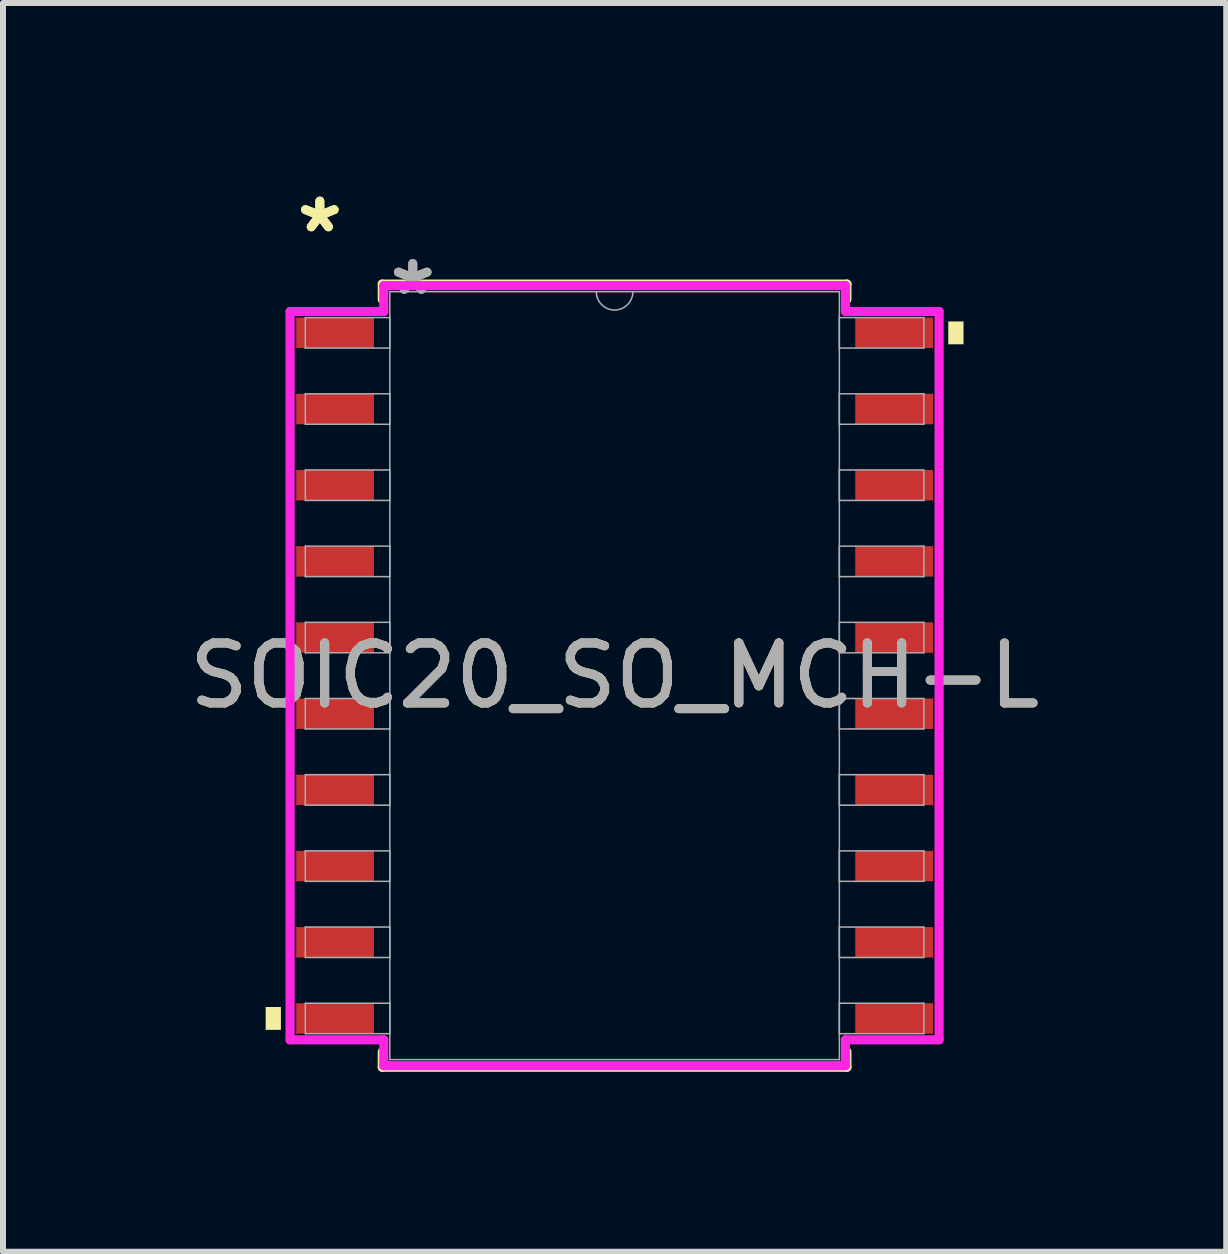
<source format=kicad_pcb>
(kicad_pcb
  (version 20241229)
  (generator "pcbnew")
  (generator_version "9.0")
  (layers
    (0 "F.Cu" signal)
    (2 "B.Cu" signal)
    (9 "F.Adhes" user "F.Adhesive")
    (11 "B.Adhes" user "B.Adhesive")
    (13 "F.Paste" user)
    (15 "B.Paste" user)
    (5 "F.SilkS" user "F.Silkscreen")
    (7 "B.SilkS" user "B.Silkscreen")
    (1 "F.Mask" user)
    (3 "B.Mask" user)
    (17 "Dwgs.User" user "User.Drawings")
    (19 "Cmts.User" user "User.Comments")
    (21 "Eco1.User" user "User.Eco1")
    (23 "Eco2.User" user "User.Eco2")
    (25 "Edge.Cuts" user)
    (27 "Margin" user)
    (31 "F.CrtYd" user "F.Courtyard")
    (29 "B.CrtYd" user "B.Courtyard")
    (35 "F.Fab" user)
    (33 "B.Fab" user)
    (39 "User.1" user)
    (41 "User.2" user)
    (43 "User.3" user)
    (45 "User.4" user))
  (footprint "SOIC20_SO_MCH-L"
    (layer "F.Cu")
    (at 7.196 8.214)
    (property "Reference" "SOIC20_SO_MCH-L" (at 0 0 0) (unlocked yes) (layer "F.SilkS") (effects (font (size 1 1) (thickness 0.15))))
    (attr smd)
    (fp_line (start -3.873 -6.528) (end -3.873 -6.271) (stroke (width 0.152) (type solid)) (layer "F.SilkS"))
    (fp_line (start -3.873 6.271) (end -3.873 6.528) (stroke (width 0.152) (type solid)) (layer "F.SilkS"))
    (fp_line (start -3.873 6.528) (end 3.873 6.528) (stroke (width 0.152) (type solid)) (layer "F.SilkS"))
    (fp_line (start 3.873 -6.528) (end -3.873 -6.528) (stroke (width 0.152) (type solid)) (layer "F.SilkS"))
    (fp_line (start 3.873 -6.271) (end 3.873 -6.528) (stroke (width 0.152) (type solid)) (layer "F.SilkS"))
    (fp_line (start 3.873 6.528) (end 3.873 6.271) (stroke (width 0.152) (type solid)) (layer "F.SilkS"))
    (fp_poly (pts (xy -5.817 5.524) (xy -5.817 5.905) (xy -5.563 5.905) (xy -5.563 5.524)) (stroke (width 0) (type solid)) (fill yes) (layer "F.SilkS"))
    (fp_poly (pts (xy 5.817 -5.905) (xy 5.817 -5.524) (xy 5.563 -5.524) (xy 5.563 -5.905)) (stroke (width 0) (type solid)) (fill yes) (layer "F.SilkS"))
    (fp_line (start -5.41 -6.071) (end -3.848 -6.071) (stroke (width 0.152) (type solid)) (layer "F.CrtYd"))
    (fp_line (start -5.41 6.071) (end -5.41 -6.071) (stroke (width 0.152) (type solid)) (layer "F.CrtYd"))
    (fp_line (start -5.41 6.071) (end -3.848 6.071) (stroke (width 0.152) (type solid)) (layer "F.CrtYd"))
    (fp_line (start -3.848 -6.502) (end 3.848 -6.502) (stroke (width 0.152) (type solid)) (layer "F.CrtYd"))
    (fp_line (start -3.848 -6.071) (end -3.848 -6.502) (stroke (width 0.152) (type solid)) (layer "F.CrtYd"))
    (fp_line (start -3.848 6.502) (end -3.848 6.071) (stroke (width 0.152) (type solid)) (layer "F.CrtYd"))
    (fp_line (start 3.848 -6.502) (end 3.848 -6.071) (stroke (width 0.152) (type solid)) (layer "F.CrtYd"))
    (fp_line (start 3.848 6.071) (end 3.848 6.502) (stroke (width 0.152) (type solid)) (layer "F.CrtYd"))
    (fp_line (start 3.848 6.502) (end -3.848 6.502) (stroke (width 0.152) (type solid)) (layer "F.CrtYd"))
    (fp_line (start 5.41 -6.071) (end 3.848 -6.071) (stroke (width 0.152) (type solid)) (layer "F.CrtYd"))
    (fp_line (start 5.41 -6.071) (end 5.41 6.071) (stroke (width 0.152) (type solid)) (layer "F.CrtYd"))
    (fp_line (start 5.41 6.071) (end 3.848 6.071) (stroke (width 0.152) (type solid)) (layer "F.CrtYd"))
    (fp_line (start -5.156 -5.969) (end -5.156 -5.461) (stroke (width 0.025) (type solid)) (layer "F.Fab"))
    (fp_line (start -5.156 -5.461) (end -3.747 -5.461) (stroke (width 0.025) (type solid)) (layer "F.Fab"))
    (fp_line (start -5.156 -4.699) (end -5.156 -4.191) (stroke (width 0.025) (type solid)) (layer "F.Fab"))
    (fp_line (start -5.156 -4.191) (end -3.747 -4.191) (stroke (width 0.025) (type solid)) (layer "F.Fab"))
    (fp_line (start -5.156 -3.429) (end -5.156 -2.921) (stroke (width 0.025) (type solid)) (layer "F.Fab"))
    (fp_line (start -5.156 -2.921) (end -3.747 -2.921) (stroke (width 0.025) (type solid)) (layer "F.Fab"))
    (fp_line (start -5.156 -2.159) (end -5.156 -1.651) (stroke (width 0.025) (type solid)) (layer "F.Fab"))
    (fp_line (start -5.156 -1.651) (end -3.747 -1.651) (stroke (width 0.025) (type solid)) (layer "F.Fab"))
    (fp_line (start -5.156 -0.889) (end -5.156 -0.381) (stroke (width 0.025) (type solid)) (layer "F.Fab"))
    (fp_line (start -5.156 -0.381) (end -3.747 -0.381) (stroke (width 0.025) (type solid)) (layer "F.Fab"))
    (fp_line (start -5.156 0.381) (end -5.156 0.889) (stroke (width 0.025) (type solid)) (layer "F.Fab"))
    (fp_line (start -5.156 0.889) (end -3.747 0.889) (stroke (width 0.025) (type solid)) (layer "F.Fab"))
    (fp_line (start -5.156 1.651) (end -5.156 2.159) (stroke (width 0.025) (type solid)) (layer "F.Fab"))
    (fp_line (start -5.156 2.159) (end -3.747 2.159) (stroke (width 0.025) (type solid)) (layer "F.Fab"))
    (fp_line (start -5.156 2.921) (end -5.156 3.429) (stroke (width 0.025) (type solid)) (layer "F.Fab"))
    (fp_line (start -5.156 3.429) (end -3.747 3.429) (stroke (width 0.025) (type solid)) (layer "F.Fab"))
    (fp_line (start -5.156 4.191) (end -5.156 4.699) (stroke (width 0.025) (type solid)) (layer "F.Fab"))
    (fp_line (start -5.156 4.699) (end -3.747 4.699) (stroke (width 0.025) (type solid)) (layer "F.Fab"))
    (fp_line (start -5.156 5.461) (end -5.156 5.969) (stroke (width 0.025) (type solid)) (layer "F.Fab"))
    (fp_line (start -5.156 5.969) (end -3.747 5.969) (stroke (width 0.025) (type solid)) (layer "F.Fab"))
    (fp_line (start -3.747 -6.401) (end -3.747 6.401) (stroke (width 0.025) (type solid)) (layer "F.Fab"))
    (fp_line (start -3.747 -5.969) (end -5.156 -5.969) (stroke (width 0.025) (type solid)) (layer "F.Fab"))
    (fp_line (start -3.747 -5.461) (end -3.747 -5.969) (stroke (width 0.025) (type solid)) (layer "F.Fab"))
    (fp_line (start -3.747 -4.699) (end -5.156 -4.699) (stroke (width 0.025) (type solid)) (layer "F.Fab"))
    (fp_line (start -3.747 -4.191) (end -3.747 -4.699) (stroke (width 0.025) (type solid)) (layer "F.Fab"))
    (fp_line (start -3.747 -3.429) (end -5.156 -3.429) (stroke (width 0.025) (type solid)) (layer "F.Fab"))
    (fp_line (start -3.747 -2.921) (end -3.747 -3.429) (stroke (width 0.025) (type solid)) (layer "F.Fab"))
    (fp_line (start -3.747 -2.159) (end -5.156 -2.159) (stroke (width 0.025) (type solid)) (layer "F.Fab"))
    (fp_line (start -3.747 -1.651) (end -3.747 -2.159) (stroke (width 0.025) (type solid)) (layer "F.Fab"))
    (fp_line (start -3.747 -0.889) (end -5.156 -0.889) (stroke (width 0.025) (type solid)) (layer "F.Fab"))
    (fp_line (start -3.747 -0.381) (end -3.747 -0.889) (stroke (width 0.025) (type solid)) (layer "F.Fab"))
    (fp_line (start -3.747 0.381) (end -5.156 0.381) (stroke (width 0.025) (type solid)) (layer "F.Fab"))
    (fp_line (start -3.747 0.889) (end -3.747 0.381) (stroke (width 0.025) (type solid)) (layer "F.Fab"))
    (fp_line (start -3.747 1.651) (end -5.156 1.651) (stroke (width 0.025) (type solid)) (layer "F.Fab"))
    (fp_line (start -3.747 2.159) (end -3.747 1.651) (stroke (width 0.025) (type solid)) (layer "F.Fab"))
    (fp_line (start -3.747 2.921) (end -5.156 2.921) (stroke (width 0.025) (type solid)) (layer "F.Fab"))
    (fp_line (start -3.747 3.429) (end -3.747 2.921) (stroke (width 0.025) (type solid)) (layer "F.Fab"))
    (fp_line (start -3.747 4.191) (end -5.156 4.191) (stroke (width 0.025) (type solid)) (layer "F.Fab"))
    (fp_line (start -3.747 4.699) (end -3.747 4.191) (stroke (width 0.025) (type solid)) (layer "F.Fab"))
    (fp_line (start -3.747 5.461) (end -5.156 5.461) (stroke (width 0.025) (type solid)) (layer "F.Fab"))
    (fp_line (start -3.747 5.969) (end -3.747 5.461) (stroke (width 0.025) (type solid)) (layer "F.Fab"))
    (fp_line (start -3.747 6.401) (end 3.747 6.401) (stroke (width 0.025) (type solid)) (layer "F.Fab"))
    (fp_line (start 3.747 -6.401) (end -3.747 -6.401) (stroke (width 0.025) (type solid)) (layer "F.Fab"))
    (fp_line (start 3.747 -5.969) (end 3.747 -5.461) (stroke (width 0.025) (type solid)) (layer "F.Fab"))
    (fp_line (start 3.747 -5.461) (end 5.156 -5.461) (stroke (width 0.025) (type solid)) (layer "F.Fab"))
    (fp_line (start 3.747 -4.699) (end 3.747 -4.191) (stroke (width 0.025) (type solid)) (layer "F.Fab"))
    (fp_line (start 3.747 -4.191) (end 5.156 -4.191) (stroke (width 0.025) (type solid)) (layer "F.Fab"))
    (fp_line (start 3.747 -3.429) (end 3.747 -2.921) (stroke (width 0.025) (type solid)) (layer "F.Fab"))
    (fp_line (start 3.747 -2.921) (end 5.156 -2.921) (stroke (width 0.025) (type solid)) (layer "F.Fab"))
    (fp_line (start 3.747 -2.159) (end 3.747 -1.651) (stroke (width 0.025) (type solid)) (layer "F.Fab"))
    (fp_line (start 3.747 -1.651) (end 5.156 -1.651) (stroke (width 0.025) (type solid)) (layer "F.Fab"))
    (fp_line (start 3.747 -0.889) (end 3.747 -0.381) (stroke (width 0.025) (type solid)) (layer "F.Fab"))
    (fp_line (start 3.747 -0.381) (end 5.156 -0.381) (stroke (width 0.025) (type solid)) (layer "F.Fab"))
    (fp_line (start 3.747 0.381) (end 3.747 0.889) (stroke (width 0.025) (type solid)) (layer "F.Fab"))
    (fp_line (start 3.747 0.889) (end 5.156 0.889) (stroke (width 0.025) (type solid)) (layer "F.Fab"))
    (fp_line (start 3.747 1.651) (end 3.747 2.159) (stroke (width 0.025) (type solid)) (layer "F.Fab"))
    (fp_line (start 3.747 2.159) (end 5.156 2.159) (stroke (width 0.025) (type solid)) (layer "F.Fab"))
    (fp_line (start 3.747 2.921) (end 3.747 3.429) (stroke (width 0.025) (type solid)) (layer "F.Fab"))
    (fp_line (start 3.747 3.429) (end 5.156 3.429) (stroke (width 0.025) (type solid)) (layer "F.Fab"))
    (fp_line (start 3.747 4.191) (end 3.747 4.699) (stroke (width 0.025) (type solid)) (layer "F.Fab"))
    (fp_line (start 3.747 4.699) (end 5.156 4.699) (stroke (width 0.025) (type solid)) (layer "F.Fab"))
    (fp_line (start 3.747 5.461) (end 3.747 5.969) (stroke (width 0.025) (type solid)) (layer "F.Fab"))
    (fp_line (start 3.747 5.969) (end 5.156 5.969) (stroke (width 0.025) (type solid)) (layer "F.Fab"))
    (fp_line (start 3.747 6.401) (end 3.747 -6.401) (stroke (width 0.025) (type solid)) (layer "F.Fab"))
    (fp_line (start 5.156 -5.969) (end 3.747 -5.969) (stroke (width 0.025) (type solid)) (layer "F.Fab"))
    (fp_line (start 5.156 -5.461) (end 5.156 -5.969) (stroke (width 0.025) (type solid)) (layer "F.Fab"))
    (fp_line (start 5.156 -4.699) (end 3.747 -4.699) (stroke (width 0.025) (type solid)) (layer "F.Fab"))
    (fp_line (start 5.156 -4.191) (end 5.156 -4.699) (stroke (width 0.025) (type solid)) (layer "F.Fab"))
    (fp_line (start 5.156 -3.429) (end 3.747 -3.429) (stroke (width 0.025) (type solid)) (layer "F.Fab"))
    (fp_line (start 5.156 -2.921) (end 5.156 -3.429) (stroke (width 0.025) (type solid)) (layer "F.Fab"))
    (fp_line (start 5.156 -2.159) (end 3.747 -2.159) (stroke (width 0.025) (type solid)) (layer "F.Fab"))
    (fp_line (start 5.156 -1.651) (end 5.156 -2.159) (stroke (width 0.025) (type solid)) (layer "F.Fab"))
    (fp_line (start 5.156 -0.889) (end 3.747 -0.889) (stroke (width 0.025) (type solid)) (layer "F.Fab"))
    (fp_line (start 5.156 -0.381) (end 5.156 -0.889) (stroke (width 0.025) (type solid)) (layer "F.Fab"))
    (fp_line (start 5.156 0.381) (end 3.747 0.381) (stroke (width 0.025) (type solid)) (layer "F.Fab"))
    (fp_line (start 5.156 0.889) (end 5.156 0.381) (stroke (width 0.025) (type solid)) (layer "F.Fab"))
    (fp_line (start 5.156 1.651) (end 3.747 1.651) (stroke (width 0.025) (type solid)) (layer "F.Fab"))
    (fp_line (start 5.156 2.159) (end 5.156 1.651) (stroke (width 0.025) (type solid)) (layer "F.Fab"))
    (fp_line (start 5.156 2.921) (end 3.747 2.921) (stroke (width 0.025) (type solid)) (layer "F.Fab"))
    (fp_line (start 5.156 3.429) (end 5.156 2.921) (stroke (width 0.025) (type solid)) (layer "F.Fab"))
    (fp_line (start 5.156 4.191) (end 3.747 4.191) (stroke (width 0.025) (type solid)) (layer "F.Fab"))
    (fp_line (start 5.156 4.699) (end 5.156 4.191) (stroke (width 0.025) (type solid)) (layer "F.Fab"))
    (fp_line (start 5.156 5.461) (end 3.747 5.461) (stroke (width 0.025) (type solid)) (layer "F.Fab"))
    (fp_line (start 5.156 5.969) (end 5.156 5.461) (stroke (width 0.025) (type solid)) (layer "F.Fab"))
    (fp_arc (start 0.3048 -6.4008) (mid 0 -6.096) (end -0.3048 -6.4008) (stroke (width 0.0254) (type solid)) (layer "F.Fab"))
    (fp_text user "*" (at -4.914 -7.366 0) (unlocked yes) (layer "F.SilkS") (effects (font (size 1 1) (thickness 0.15))))
    (fp_text user "*" (at -4.914 -7.366 0) (layer "F.SilkS") (effects (font (size 1 1) (thickness 0.15))))
    (fp_text user "*" (at -3.365 -6.325 0) (unlocked yes) (layer "F.Fab") (effects (font (size 1 1) (thickness 0.15))))
    (fp_text user "${REFERENCE}" (at 0 0 0) (unlocked yes) (layer "F.Fab") (effects (font (size 1 1) (thickness 0.15))))
    (fp_text user "*" (at -3.365 -6.325 0) (layer "F.Fab") (effects (font (size 1 1) (thickness 0.15))))
    (pad "1" smd rect (at -4.66 -5.715) (size 1.296 0.508) (layers "F.Cu" "F.Mask" "F.Paste"))
    (pad "2" smd rect (at -4.66 -4.445) (size 1.296 0.508) (layers "F.Cu" "F.Mask" "F.Paste"))
    (pad "3" smd rect (at -4.66 -3.175) (size 1.296 0.508) (layers "F.Cu" "F.Mask" "F.Paste"))
    (pad "4" smd rect (at -4.66 -1.905) (size 1.296 0.508) (layers "F.Cu" "F.Mask" "F.Paste"))
    (pad "5" smd rect (at -4.66 -0.635) (size 1.296 0.508) (layers "F.Cu" "F.Mask" "F.Paste"))
    (pad "6" smd rect (at -4.66 0.635) (size 1.296 0.508) (layers "F.Cu" "F.Mask" "F.Paste"))
    (pad "7" smd rect (at -4.66 1.905) (size 1.296 0.508) (layers "F.Cu" "F.Mask" "F.Paste"))
    (pad "8" smd rect (at -4.66 3.175) (size 1.296 0.508) (layers "F.Cu" "F.Mask" "F.Paste"))
    (pad "9" smd rect (at -4.66 4.445) (size 1.296 0.508) (layers "F.Cu" "F.Mask" "F.Paste"))
    (pad "10" smd rect (at -4.66 5.715) (size 1.296 0.508) (layers "F.Cu" "F.Mask" "F.Paste"))
    (pad "11" smd rect (at 4.66 5.715) (size 1.296 0.508) (layers "F.Cu" "F.Mask" "F.Paste"))
    (pad "12" smd rect (at 4.66 4.445) (size 1.296 0.508) (layers "F.Cu" "F.Mask" "F.Paste"))
    (pad "13" smd rect (at 4.66 3.175) (size 1.296 0.508) (layers "F.Cu" "F.Mask" "F.Paste"))
    (pad "14" smd rect (at 4.66 1.905) (size 1.296 0.508) (layers "F.Cu" "F.Mask" "F.Paste"))
    (pad "15" smd rect (at 4.66 0.635) (size 1.296 0.508) (layers "F.Cu" "F.Mask" "F.Paste"))
    (pad "16" smd rect (at 4.66 -0.635) (size 1.296 0.508) (layers "F.Cu" "F.Mask" "F.Paste"))
    (pad "17" smd rect (at 4.66 -1.905) (size 1.296 0.508) (layers "F.Cu" "F.Mask" "F.Paste"))
    (pad "18" smd rect (at 4.66 -3.175) (size 1.296 0.508) (layers "F.Cu" "F.Mask" "F.Paste"))
    (pad "19" smd rect (at 4.66 -4.445) (size 1.296 0.508) (layers "F.Cu" "F.Mask" "F.Paste"))
    (pad "20" smd rect (at 4.66 -5.715) (size 1.296 0.508) (layers "F.Cu" "F.Mask" "F.Paste")))
  (gr_rect
    (start -3 -3)
    (end 17.393 17.818)
    (stroke (width 0.1) (type default))
    (fill no)
    (layer "Edge.Cuts")))
</source>
